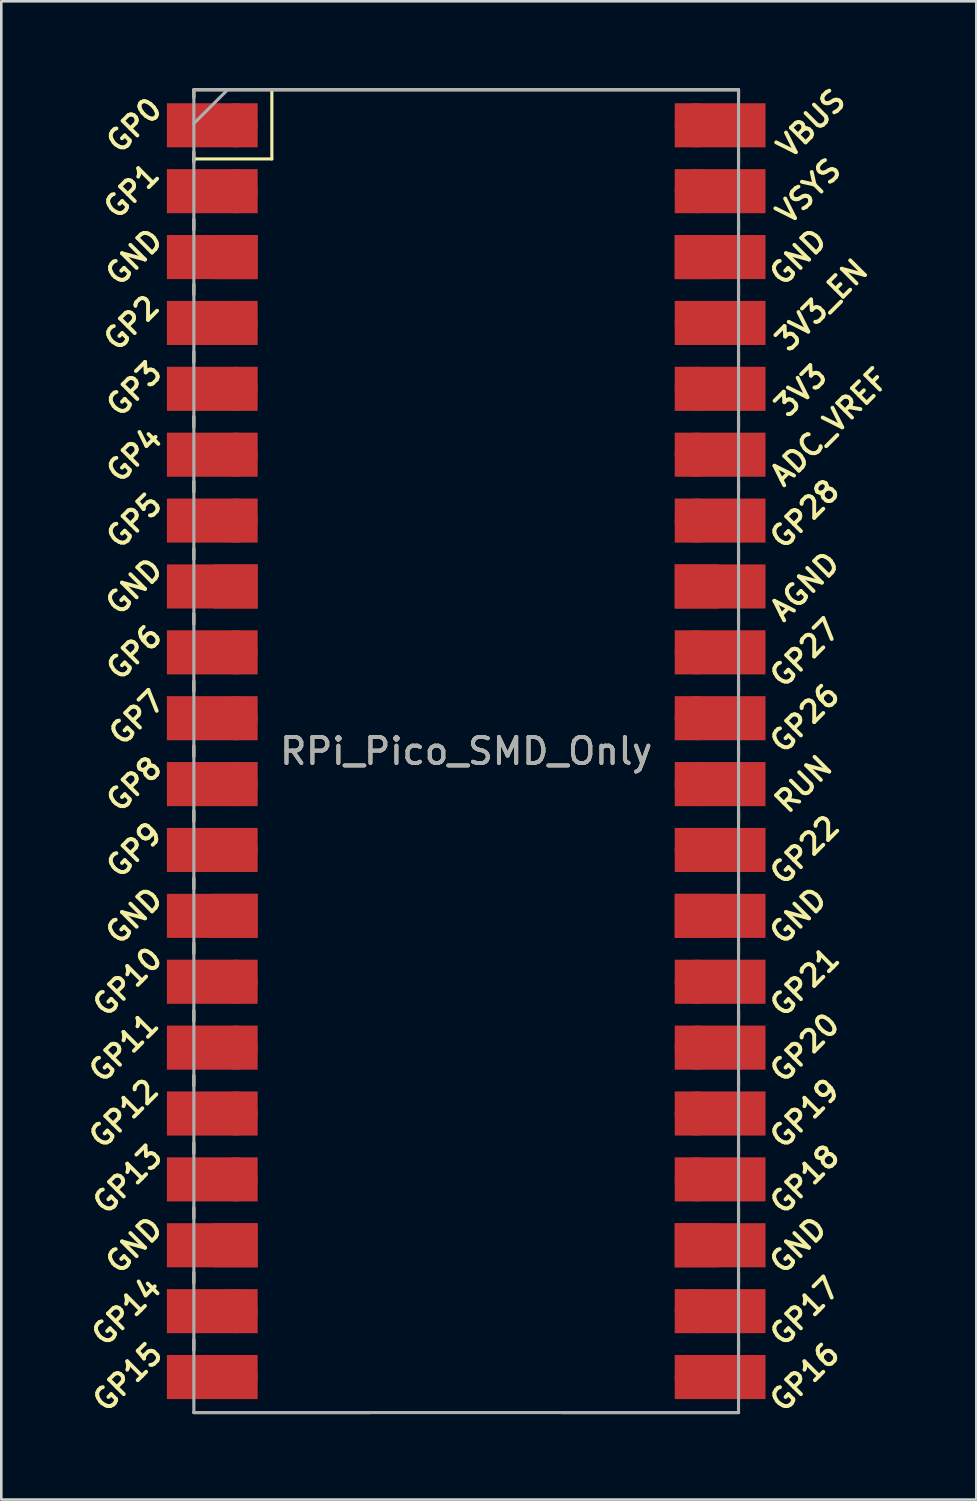
<source format=kicad_pcb>
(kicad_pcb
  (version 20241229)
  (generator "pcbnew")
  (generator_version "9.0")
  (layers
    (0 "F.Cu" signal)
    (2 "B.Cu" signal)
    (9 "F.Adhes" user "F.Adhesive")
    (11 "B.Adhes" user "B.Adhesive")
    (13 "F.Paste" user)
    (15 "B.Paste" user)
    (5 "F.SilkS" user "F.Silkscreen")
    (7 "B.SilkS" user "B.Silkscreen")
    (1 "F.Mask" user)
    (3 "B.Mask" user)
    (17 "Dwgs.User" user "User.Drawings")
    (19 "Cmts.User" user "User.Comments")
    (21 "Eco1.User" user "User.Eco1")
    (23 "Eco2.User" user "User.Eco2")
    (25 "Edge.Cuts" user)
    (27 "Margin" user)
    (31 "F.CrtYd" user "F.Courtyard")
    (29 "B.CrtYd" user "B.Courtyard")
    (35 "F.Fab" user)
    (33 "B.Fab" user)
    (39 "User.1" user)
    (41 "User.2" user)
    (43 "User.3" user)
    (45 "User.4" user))
  (footprint "RPi_Pico_SMD_Only"
    (layer "F.Cu")
    (at 14.924 25.911)
    (property "Reference" "RPi_Pico_SMD_Only" (at 0 0 0) (layer "F.SilkS") (effects (font (size 1 1) (thickness 0.15))))
    (attr through_hole)
    (fp_line (start -10.5 -25.5) (end -10.5 -25.2) (stroke (width 0.12) (type solid)) (layer "F.SilkS"))
    (fp_line (start -10.5 -25.5) (end 10.5 -25.5) (stroke (width 0.12) (type solid)) (layer "F.SilkS"))
    (fp_line (start -10.5 -23.1) (end -10.5 -22.7) (stroke (width 0.12) (type solid)) (layer "F.SilkS"))
    (fp_line (start -10.5 -22.833) (end -7.493 -22.833) (stroke (width 0.12) (type solid)) (layer "F.SilkS"))
    (fp_line (start -10.5 -20.5) (end -10.5 -20.1) (stroke (width 0.12) (type solid)) (layer "F.SilkS"))
    (fp_line (start -10.5 -18) (end -10.5 -17.6) (stroke (width 0.12) (type solid)) (layer "F.SilkS"))
    (fp_line (start -10.5 -15.4) (end -10.5 -15) (stroke (width 0.12) (type solid)) (layer "F.SilkS"))
    (fp_line (start -10.5 -12.9) (end -10.5 -12.5) (stroke (width 0.12) (type solid)) (layer "F.SilkS"))
    (fp_line (start -10.5 -10.4) (end -10.5 -10) (stroke (width 0.12) (type solid)) (layer "F.SilkS"))
    (fp_line (start -10.5 -7.8) (end -10.5 -7.4) (stroke (width 0.12) (type solid)) (layer "F.SilkS"))
    (fp_line (start -10.5 -5.3) (end -10.5 -4.9) (stroke (width 0.12) (type solid)) (layer "F.SilkS"))
    (fp_line (start -10.5 -2.7) (end -10.5 -2.3) (stroke (width 0.12) (type solid)) (layer "F.SilkS"))
    (fp_line (start -10.5 -0.2) (end -10.5 0.2) (stroke (width 0.12) (type solid)) (layer "F.SilkS"))
    (fp_line (start -10.5 2.3) (end -10.5 2.7) (stroke (width 0.12) (type solid)) (layer "F.SilkS"))
    (fp_line (start -10.5 4.9) (end -10.5 5.3) (stroke (width 0.12) (type solid)) (layer "F.SilkS"))
    (fp_line (start -10.5 7.4) (end -10.5 7.8) (stroke (width 0.12) (type solid)) (layer "F.SilkS"))
    (fp_line (start -10.5 10) (end -10.5 10.4) (stroke (width 0.12) (type solid)) (layer "F.SilkS"))
    (fp_line (start -10.5 12.5) (end -10.5 12.9) (stroke (width 0.12) (type solid)) (layer "F.SilkS"))
    (fp_line (start -10.5 15.1) (end -10.5 15.5) (stroke (width 0.12) (type solid)) (layer "F.SilkS"))
    (fp_line (start -10.5 17.6) (end -10.5 18) (stroke (width 0.12) (type solid)) (layer "F.SilkS"))
    (fp_line (start -10.5 20.1) (end -10.5 20.5) (stroke (width 0.12) (type solid)) (layer "F.SilkS"))
    (fp_line (start -10.5 22.7) (end -10.5 23.1) (stroke (width 0.12) (type solid)) (layer "F.SilkS"))
    (fp_line (start -7.493 -22.833) (end -7.493 -25.5) (stroke (width 0.12) (type solid)) (layer "F.SilkS"))
    (fp_line (start -3.7 25.5) (end -10.5 25.5) (stroke (width 0.12) (type solid)) (layer "F.SilkS"))
    (fp_line (start 10.5 -25.5) (end 10.5 -25.2) (stroke (width 0.12) (type solid)) (layer "F.SilkS"))
    (fp_line (start 10.5 -23.1) (end 10.5 -22.7) (stroke (width 0.12) (type solid)) (layer "F.SilkS"))
    (fp_line (start 10.5 -20.5) (end 10.5 -20.1) (stroke (width 0.12) (type solid)) (layer "F.SilkS"))
    (fp_line (start 10.5 -18) (end 10.5 -17.6) (stroke (width 0.12) (type solid)) (layer "F.SilkS"))
    (fp_line (start 10.5 -15.4) (end 10.5 -15) (stroke (width 0.12) (type solid)) (layer "F.SilkS"))
    (fp_line (start 10.5 -12.9) (end 10.5 -12.5) (stroke (width 0.12) (type solid)) (layer "F.SilkS"))
    (fp_line (start 10.5 -10.4) (end 10.5 -10) (stroke (width 0.12) (type solid)) (layer "F.SilkS"))
    (fp_line (start 10.5 -7.8) (end 10.5 -7.4) (stroke (width 0.12) (type solid)) (layer "F.SilkS"))
    (fp_line (start 10.5 -5.3) (end 10.5 -4.9) (stroke (width 0.12) (type solid)) (layer "F.SilkS"))
    (fp_line (start 10.5 -2.7) (end 10.5 -2.3) (stroke (width 0.12) (type solid)) (layer "F.SilkS"))
    (fp_line (start 10.5 -0.2) (end 10.5 0.2) (stroke (width 0.12) (type solid)) (layer "F.SilkS"))
    (fp_line (start 10.5 2.3) (end 10.5 2.7) (stroke (width 0.12) (type solid)) (layer "F.SilkS"))
    (fp_line (start 10.5 4.9) (end 10.5 5.3) (stroke (width 0.12) (type solid)) (layer "F.SilkS"))
    (fp_line (start 10.5 7.4) (end 10.5 7.8) (stroke (width 0.12) (type solid)) (layer "F.SilkS"))
    (fp_line (start 10.5 10) (end 10.5 10.4) (stroke (width 0.12) (type solid)) (layer "F.SilkS"))
    (fp_line (start 10.5 12.5) (end 10.5 12.9) (stroke (width 0.12) (type solid)) (layer "F.SilkS"))
    (fp_line (start 10.5 15.1) (end 10.5 15.5) (stroke (width 0.12) (type solid)) (layer "F.SilkS"))
    (fp_line (start 10.5 17.6) (end 10.5 18) (stroke (width 0.12) (type solid)) (layer "F.SilkS"))
    (fp_line (start 10.5 20.1) (end 10.5 20.5) (stroke (width 0.12) (type solid)) (layer "F.SilkS"))
    (fp_line (start 10.5 22.7) (end 10.5 23.1) (stroke (width 0.12) (type solid)) (layer "F.SilkS"))
    (fp_line (start 10.5 25.5) (end 3.7 25.5) (stroke (width 0.12) (type solid)) (layer "F.SilkS"))
    (fp_line (start -10.5 -25.5) (end 10.5 -25.5) (stroke (width 0.12) (type solid)) (layer "F.Fab"))
    (fp_line (start -10.5 -24.2) (end -9.2 -25.5) (stroke (width 0.12) (type solid)) (layer "F.Fab"))
    (fp_line (start -10.5 25.5) (end -10.5 -25.5) (stroke (width 0.12) (type solid)) (layer "F.Fab"))
    (fp_line (start 10.5 -25.5) (end 10.5 25.5) (stroke (width 0.12) (type solid)) (layer "F.Fab"))
    (fp_line (start 10.5 25.5) (end -10.5 25.5) (stroke (width 0.12) (type solid)) (layer "F.Fab"))
    (fp_text user "GP2" (at -12.9 -16.51 45) (layer "F.SilkS") (effects (font (size 0.8 0.8) (thickness 0.15))))
    (fp_text user "GP13" (at -13.054 16.51 45) (layer "F.SilkS") (effects (font (size 0.8 0.8) (thickness 0.15))))
    (fp_text user "GP8" (at -12.8 1.27 45) (layer "F.SilkS") (effects (font (size 0.8 0.8) (thickness 0.15))))
    (fp_text user "GP5" (at -12.8 -8.89 45) (layer "F.SilkS") (effects (font (size 0.8 0.8) (thickness 0.15))))
    (fp_text user "AGND" (at 13.054 -6.35 45) (layer "F.SilkS") (effects (font (size 0.8 0.8) (thickness 0.15))))
    (fp_text user "ADC_VREF" (at 14 -12.5 45) (layer "F.SilkS") (effects (font (size 0.8 0.8) (thickness 0.15))))
    (fp_text user "GP17" (at 13.054 21.59 45) (layer "F.SilkS") (effects (font (size 0.8 0.8) (thickness 0.15))))
    (fp_text user "GND" (at -12.8 6.35 45) (layer "F.SilkS") (effects (font (size 0.8 0.8) (thickness 0.15))))
    (fp_text user "GP22" (at 13.054 3.81 45) (layer "F.SilkS") (effects (font (size 0.8 0.8) (thickness 0.15))))
    (fp_text user "GP0" (at -12.8 -24.13 45) (layer "F.SilkS") (effects (font (size 0.8 0.8) (thickness 0.15))))
    (fp_text user "GP18" (at 13.054 16.51 45) (layer "F.SilkS") (effects (font (size 0.8 0.8) (thickness 0.15))))
    (fp_text user "GP12" (at -13.2 13.97 45) (layer "F.SilkS") (effects (font (size 0.8 0.8) (thickness 0.15))))
    (fp_text user "GP19" (at 13.054 13.97 45) (layer "F.SilkS") (effects (font (size 0.8 0.8) (thickness 0.15))))
    (fp_text user "GP11" (at -13.2 11.43 45) (layer "F.SilkS") (effects (font (size 0.8 0.8) (thickness 0.15))))
    (fp_text user "VBUS" (at 13.3 -24.2 45) (layer "F.SilkS") (effects (font (size 0.8 0.8) (thickness 0.15))))
    (fp_text user "3V3" (at 12.9 -13.9 45) (layer "F.SilkS") (effects (font (size 0.8 0.8) (thickness 0.15))))
    (fp_text user "VSYS" (at 13.2 -21.59 45) (layer "F.SilkS") (effects (font (size 0.8 0.8) (thickness 0.15))))
    (fp_text user "GP20" (at 13.054 11.43 45) (layer "F.SilkS") (effects (font (size 0.8 0.8) (thickness 0.15))))
    (fp_text user "GND" (at 12.8 -19.05 45) (layer "F.SilkS") (effects (font (size 0.8 0.8) (thickness 0.15))))
    (fp_text user "GP10" (at -13.054 8.89 45) (layer "F.SilkS") (effects (font (size 0.8 0.8) (thickness 0.15))))
    (fp_text user "GP16" (at 13.054 24.13 45) (layer "F.SilkS") (effects (font (size 0.8 0.8) (thickness 0.15))))
    (fp_text user "GP6" (at -12.8 -3.81 45) (layer "F.SilkS") (effects (font (size 0.8 0.8) (thickness 0.15))))
    (fp_text user "GND" (at 12.8 6.35 45) (layer "F.SilkS") (effects (font (size 0.8 0.8) (thickness 0.15))))
    (fp_text user "GND" (at -12.8 -6.35 45) (layer "F.SilkS") (effects (font (size 0.8 0.8) (thickness 0.15))))
    (fp_text user "GND" (at 12.8 19.05 45) (layer "F.SilkS") (effects (font (size 0.8 0.8) (thickness 0.15))))
    (fp_text user "GP27" (at 13.054 -3.8 45) (layer "F.SilkS") (effects (font (size 0.8 0.8) (thickness 0.15))))
    (fp_text user "GP26" (at 13.054 -1.27 45) (layer "F.SilkS") (effects (font (size 0.8 0.8) (thickness 0.15))))
    (fp_text user "GND" (at -12.8 19.05 45) (layer "F.SilkS") (effects (font (size 0.8 0.8) (thickness 0.15))))
    (fp_text user "GP3" (at -12.8 -13.97 45) (layer "F.SilkS") (effects (font (size 0.8 0.8) (thickness 0.15))))
    (fp_text user "GP15" (at -13.054 24.13 45) (layer "F.SilkS") (effects (font (size 0.8 0.8) (thickness 0.15))))
    (fp_text user "GND" (at -12.8 -19.05 45) (layer "F.SilkS") (effects (font (size 0.8 0.8) (thickness 0.15))))
    (fp_text user "3V3_EN" (at 13.7 -17.2 45) (layer "F.SilkS") (effects (font (size 0.8 0.8) (thickness 0.15))))
    (fp_text user "RUN" (at 13 1.27 45) (layer "F.SilkS") (effects (font (size 0.8 0.8) (thickness 0.15))))
    (fp_text user "GP14" (at -13.1 21.59 45) (layer "F.SilkS") (effects (font (size 0.8 0.8) (thickness 0.15))))
    (fp_text user "GP28" (at 13.054 -9.144 45) (layer "F.SilkS") (effects (font (size 0.8 0.8) (thickness 0.15))))
    (fp_text user "GP21" (at 13.054 8.9 45) (layer "F.SilkS") (effects (font (size 0.8 0.8) (thickness 0.15))))
    (fp_text user "GP7" (at -12.7 -1.3 45) (layer "F.SilkS") (effects (font (size 0.8 0.8) (thickness 0.15))))
    (fp_text user "GP9" (at -12.8 3.81 45) (layer "F.SilkS") (effects (font (size 0.8 0.8) (thickness 0.15))))
    (fp_text user "GP1" (at -12.9 -21.6 45) (layer "F.SilkS") (effects (font (size 0.8 0.8) (thickness 0.15))))
    (fp_text user "GP4" (at -12.8 -11.43 45) (layer "F.SilkS") (effects (font (size 0.8 0.8) (thickness 0.15))))
    (fp_text user "${REFERENCE}" (at 0 0 180) (layer "F.Fab") (effects (font (size 1 1) (thickness 0.15))))
    (pad "1" smd oval (at -8.89 -24.13) (size 1.7 1.7) (layers "F.Cu" "F.Mask" "F.Paste"))
    (pad "1" smd rect (at -8.89 -24.13) (size 3.5 1.7) (drill (offset -0.9 0)) (layers "F.Cu" "F.Mask"))
    (pad "2" smd oval (at -8.89 -21.59) (size 1.7 1.7) (layers "F.Cu" "F.Mask" "F.Paste"))
    (pad "2" smd rect (at -8.89 -21.59) (size 3.5 1.7) (drill (offset -0.9 0)) (layers "F.Cu" "F.Mask"))
    (pad "3" smd rect (at -8.89 -19.05) (size 1.7 1.7) (layers "F.Cu" "F.Mask" "F.Paste"))
    (pad "3" smd rect (at -8.89 -19.05) (size 3.5 1.7) (drill (offset -0.9 0)) (layers "F.Cu" "F.Mask"))
    (pad "4" smd oval (at -8.89 -16.51) (size 1.7 1.7) (layers "F.Cu" "F.Mask" "F.Paste"))
    (pad "4" smd rect (at -8.89 -16.51) (size 3.5 1.7) (drill (offset -0.9 0)) (layers "F.Cu" "F.Mask"))
    (pad "5" smd oval (at -8.89 -13.97) (size 1.7 1.7) (layers "F.Cu" "F.Mask" "F.Paste"))
    (pad "5" smd rect (at -8.89 -13.97) (size 3.5 1.7) (drill (offset -0.9 0)) (layers "F.Cu" "F.Mask"))
    (pad "6" smd oval (at -8.89 -11.43) (size 1.7 1.7) (layers "F.Cu" "F.Mask" "F.Paste"))
    (pad "6" smd rect (at -8.89 -11.43) (size 3.5 1.7) (drill (offset -0.9 0)) (layers "F.Cu" "F.Mask"))
    (pad "7" smd oval (at -8.89 -8.89) (size 1.7 1.7) (layers "F.Cu" "F.Mask" "F.Paste"))
    (pad "7" smd rect (at -8.89 -8.89) (size 3.5 1.7) (drill (offset -0.9 0)) (layers "F.Cu" "F.Mask"))
    (pad "8" smd rect (at -8.89 -6.35) (size 1.7 1.7) (layers "F.Cu" "F.Mask" "F.Paste"))
    (pad "8" smd rect (at -8.89 -6.35) (size 3.5 1.7) (drill (offset -0.9 0)) (layers "F.Cu" "F.Mask"))
    (pad "9" smd oval (at -8.89 -3.81) (size 1.7 1.7) (layers "F.Cu" "F.Mask" "F.Paste"))
    (pad "9" smd rect (at -8.89 -3.81) (size 3.5 1.7) (drill (offset -0.9 0)) (layers "F.Cu" "F.Mask"))
    (pad "10" smd oval (at -8.89 -1.27) (size 1.7 1.7) (layers "F.Cu" "F.Mask" "F.Paste"))
    (pad "10" smd rect (at -8.89 -1.27) (size 3.5 1.7) (drill (offset -0.9 0)) (layers "F.Cu" "F.Mask"))
    (pad "11" smd oval (at -8.89 1.27) (size 1.7 1.7) (layers "F.Cu" "F.Mask" "F.Paste"))
    (pad "11" smd rect (at -8.89 1.27) (size 3.5 1.7) (drill (offset -0.9 0)) (layers "F.Cu" "F.Mask"))
    (pad "12" smd oval (at -8.89 3.81) (size 1.7 1.7) (layers "F.Cu" "F.Mask" "F.Paste"))
    (pad "12" smd rect (at -8.89 3.81) (size 3.5 1.7) (drill (offset -0.9 0)) (layers "F.Cu" "F.Mask"))
    (pad "13" smd rect (at -8.89 6.35) (size 1.7 1.7) (layers "F.Cu" "F.Mask" "F.Paste"))
    (pad "13" smd rect (at -8.89 6.35) (size 3.5 1.7) (drill (offset -0.9 0)) (layers "F.Cu" "F.Mask"))
    (pad "14" smd oval (at -8.89 8.89) (size 1.7 1.7) (layers "F.Cu" "F.Mask" "F.Paste"))
    (pad "14" smd rect (at -8.89 8.89) (size 3.5 1.7) (drill (offset -0.9 0)) (layers "F.Cu" "F.Mask"))
    (pad "15" smd oval (at -8.89 11.43) (size 1.7 1.7) (layers "F.Cu" "F.Mask" "F.Paste"))
    (pad "15" smd rect (at -8.89 11.43) (size 3.5 1.7) (drill (offset -0.9 0)) (layers "F.Cu" "F.Mask"))
    (pad "16" smd oval (at -8.89 13.97) (size 1.7 1.7) (layers "F.Cu" "F.Mask" "F.Paste"))
    (pad "16" smd rect (at -8.89 13.97) (size 3.5 1.7) (drill (offset -0.9 0)) (layers "F.Cu" "F.Mask"))
    (pad "17" smd oval (at -8.89 16.51) (size 1.7 1.7) (layers "F.Cu" "F.Mask" "F.Paste"))
    (pad "17" smd rect (at -8.89 16.51) (size 3.5 1.7) (drill (offset -0.9 0)) (layers "F.Cu" "F.Mask"))
    (pad "18" smd rect (at -8.89 19.05) (size 1.7 1.7) (layers "F.Cu" "F.Mask" "F.Paste"))
    (pad "18" smd rect (at -8.89 19.05) (size 3.5 1.7) (drill (offset -0.9 0)) (layers "F.Cu" "F.Mask"))
    (pad "19" smd oval (at -8.89 21.59) (size 1.7 1.7) (layers "F.Cu" "F.Mask" "F.Paste"))
    (pad "19" smd rect (at -8.89 21.59) (size 3.5 1.7) (drill (offset -0.9 0)) (layers "F.Cu" "F.Mask"))
    (pad "20" smd oval (at -8.89 24.13) (size 1.7 1.7) (layers "F.Cu" "F.Mask" "F.Paste"))
    (pad "20" smd rect (at -8.89 24.13) (size 3.5 1.7) (drill (offset -0.9 0)) (layers "F.Cu" "F.Mask"))
    (pad "21" smd oval (at 8.89 24.13) (size 1.7 1.7) (layers "F.Cu" "F.Mask" "F.Paste"))
    (pad "21" smd rect (at 8.89 24.13) (size 3.5 1.7) (drill (offset 0.9 0)) (layers "F.Cu" "F.Mask"))
    (pad "22" smd oval (at 8.89 21.59) (size 1.7 1.7) (layers "F.Cu" "F.Mask" "F.Paste"))
    (pad "22" smd rect (at 8.89 21.59) (size 3.5 1.7) (drill (offset 0.9 0)) (layers "F.Cu" "F.Mask"))
    (pad "23" smd rect (at 8.89 19.05) (size 1.7 1.7) (layers "F.Cu" "F.Mask" "F.Paste"))
    (pad "23" smd rect (at 8.89 19.05) (size 3.5 1.7) (drill (offset 0.9 0)) (layers "F.Cu" "F.Mask"))
    (pad "24" smd oval (at 8.89 16.51) (size 1.7 1.7) (layers "F.Cu" "F.Mask" "F.Paste"))
    (pad "24" smd rect (at 8.89 16.51) (size 3.5 1.7) (drill (offset 0.9 0)) (layers "F.Cu" "F.Mask"))
    (pad "25" smd oval (at 8.89 13.97) (size 1.7 1.7) (layers "F.Cu" "F.Mask" "F.Paste"))
    (pad "25" smd rect (at 8.89 13.97) (size 3.5 1.7) (drill (offset 0.9 0)) (layers "F.Cu" "F.Mask"))
    (pad "26" smd oval (at 8.89 11.43) (size 1.7 1.7) (layers "F.Cu" "F.Mask" "F.Paste"))
    (pad "26" smd rect (at 8.89 11.43) (size 3.5 1.7) (drill (offset 0.9 0)) (layers "F.Cu" "F.Mask"))
    (pad "27" smd oval (at 8.89 8.89) (size 1.7 1.7) (layers "F.Cu" "F.Mask" "F.Paste"))
    (pad "27" smd rect (at 8.89 8.89) (size 3.5 1.7) (drill (offset 0.9 0)) (layers "F.Cu" "F.Mask"))
    (pad "28" smd rect (at 8.89 6.35) (size 1.7 1.7) (layers "F.Cu" "F.Mask" "F.Paste"))
    (pad "28" smd rect (at 8.89 6.35) (size 3.5 1.7) (drill (offset 0.9 0)) (layers "F.Cu" "F.Mask"))
    (pad "29" smd oval (at 8.89 3.81) (size 1.7 1.7) (layers "F.Cu" "F.Mask" "F.Paste"))
    (pad "29" smd rect (at 8.89 3.81) (size 3.5 1.7) (drill (offset 0.9 0)) (layers "F.Cu" "F.Mask"))
    (pad "30" smd oval (at 8.89 1.27) (size 1.7 1.7) (layers "F.Cu" "F.Mask" "F.Paste"))
    (pad "30" smd rect (at 8.89 1.27) (size 3.5 1.7) (drill (offset 0.9 0)) (layers "F.Cu" "F.Mask"))
    (pad "31" smd oval (at 8.89 -1.27) (size 1.7 1.7) (layers "F.Cu" "F.Mask" "F.Paste"))
    (pad "31" smd rect (at 8.89 -1.27) (size 3.5 1.7) (drill (offset 0.9 0)) (layers "F.Cu" "F.Mask"))
    (pad "32" smd oval (at 8.89 -3.81) (size 1.7 1.7) (layers "F.Cu" "F.Mask" "F.Paste"))
    (pad "32" smd rect (at 8.89 -3.81) (size 3.5 1.7) (drill (offset 0.9 0)) (layers "F.Cu" "F.Mask"))
    (pad "33" smd rect (at 8.89 -6.35) (size 1.7 1.7) (layers "F.Cu" "F.Mask" "F.Paste"))
    (pad "33" smd rect (at 8.89 -6.35) (size 3.5 1.7) (drill (offset 0.9 0)) (layers "F.Cu" "F.Mask"))
    (pad "34" smd oval (at 8.89 -8.89) (size 1.7 1.7) (layers "F.Cu" "F.Mask" "F.Paste"))
    (pad "34" smd rect (at 8.89 -8.89) (size 3.5 1.7) (drill (offset 0.9 0)) (layers "F.Cu" "F.Mask"))
    (pad "35" smd oval (at 8.89 -11.43) (size 1.7 1.7) (layers "F.Cu" "F.Mask" "F.Paste"))
    (pad "35" smd rect (at 8.89 -11.43) (size 3.5 1.7) (drill (offset 0.9 0)) (layers "F.Cu" "F.Mask"))
    (pad "36" smd oval (at 8.89 -13.97) (size 1.7 1.7) (layers "F.Cu" "F.Mask" "F.Paste"))
    (pad "36" smd rect (at 8.89 -13.97) (size 3.5 1.7) (drill (offset 0.9 0)) (layers "F.Cu" "F.Mask"))
    (pad "37" smd oval (at 8.89 -16.51) (size 1.7 1.7) (layers "F.Cu" "F.Mask" "F.Paste"))
    (pad "37" smd rect (at 8.89 -16.51) (size 3.5 1.7) (drill (offset 0.9 0)) (layers "F.Cu" "F.Mask"))
    (pad "38" smd rect (at 8.89 -19.05) (size 1.7 1.7) (layers "F.Cu" "F.Mask" "F.Paste"))
    (pad "38" smd rect (at 8.89 -19.05) (size 3.5 1.7) (drill (offset 0.9 0)) (layers "F.Cu" "F.Mask"))
    (pad "39" smd oval (at 8.89 -21.59) (size 1.7 1.7) (layers "F.Cu" "F.Mask" "F.Paste"))
    (pad "39" smd rect (at 8.89 -21.59) (size 3.5 1.7) (drill (offset 0.9 0)) (layers "F.Cu" "F.Mask"))
    (pad "40" smd oval (at 8.89 -24.13) (size 1.7 1.7) (layers "F.Cu" "F.Mask" "F.Paste"))
    (pad "40" smd rect (at 8.89 -24.13) (size 3.5 1.7) (drill (offset 0.9 0)) (layers "F.Cu" "F.Mask")))
  (gr_rect
    (start -3 -3)
    (end 34.591 54.765)
    (stroke (width 0.1) (type default))
    (fill no)
    (layer "Edge.Cuts")))
</source>
